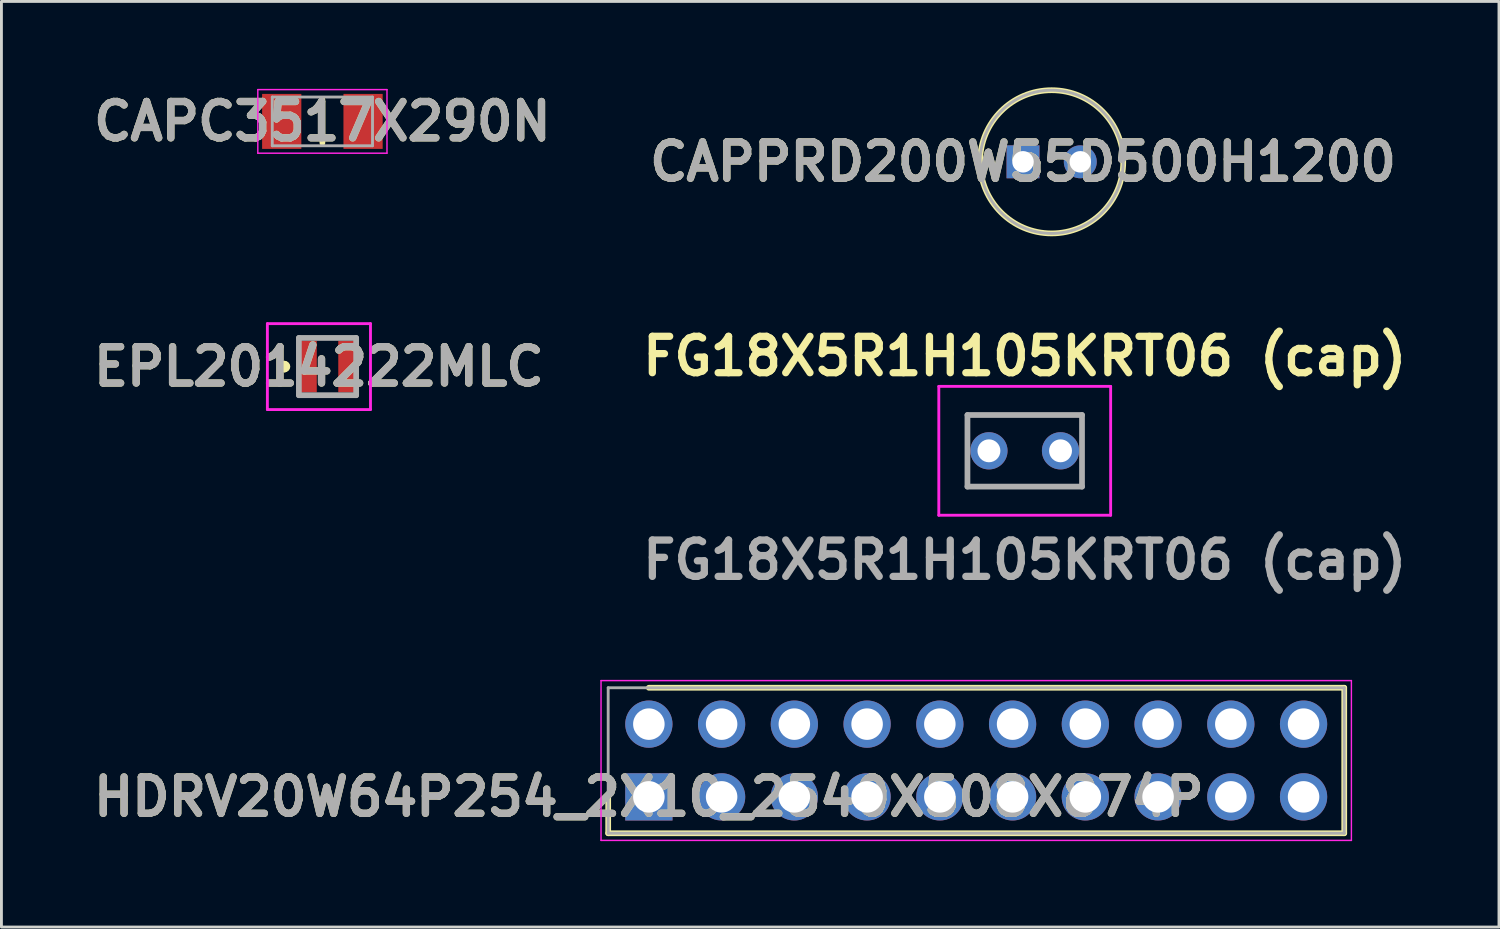
<source format=kicad_pcb>
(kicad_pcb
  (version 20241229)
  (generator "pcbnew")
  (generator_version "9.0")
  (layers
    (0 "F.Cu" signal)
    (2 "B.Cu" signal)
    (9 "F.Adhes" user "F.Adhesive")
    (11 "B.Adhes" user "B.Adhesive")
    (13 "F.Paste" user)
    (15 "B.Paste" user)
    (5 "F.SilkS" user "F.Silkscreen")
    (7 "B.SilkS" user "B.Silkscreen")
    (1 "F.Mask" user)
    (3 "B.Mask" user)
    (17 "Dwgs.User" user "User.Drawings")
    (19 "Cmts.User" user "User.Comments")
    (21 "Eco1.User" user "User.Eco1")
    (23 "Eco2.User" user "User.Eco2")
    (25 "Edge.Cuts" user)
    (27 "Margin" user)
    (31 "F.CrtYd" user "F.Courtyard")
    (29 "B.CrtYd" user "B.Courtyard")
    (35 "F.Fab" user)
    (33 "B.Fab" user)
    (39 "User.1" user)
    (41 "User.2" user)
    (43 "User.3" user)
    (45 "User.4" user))
  (footprint "CAPC3517X290N"
    (layer "F.Cu")
    (at 8.207 1.189)
    (property "Reference" "CAPC3517X290N" (at 0 0 0) (layer "F.SilkS") (effects (font (size 1.27 1.27) (thickness 0.254))))
    (attr smd)
    (fp_line (start 0 -0.75) (end 0 0.75) (stroke (width 0.2) (type solid)) (layer "F.SilkS"))
    (fp_line (start -2.255 -1.11) (end 2.255 -1.11) (stroke (width 0.05) (type solid)) (layer "F.CrtYd"))
    (fp_line (start -2.255 1.11) (end -2.255 -1.11) (stroke (width 0.05) (type solid)) (layer "F.CrtYd"))
    (fp_line (start 2.255 -1.11) (end 2.255 1.11) (stroke (width 0.05) (type solid)) (layer "F.CrtYd"))
    (fp_line (start 2.255 1.11) (end -2.255 1.11) (stroke (width 0.05) (type solid)) (layer "F.CrtYd"))
    (fp_line (start -1.75 -0.85) (end 1.75 -0.85) (stroke (width 0.1) (type solid)) (layer "F.Fab"))
    (fp_line (start -1.75 0.85) (end -1.75 -0.85) (stroke (width 0.1) (type solid)) (layer "F.Fab"))
    (fp_line (start 1.75 -0.85) (end 1.75 0.85) (stroke (width 0.1) (type solid)) (layer "F.Fab"))
    (fp_line (start 1.75 0.85) (end -1.75 0.85) (stroke (width 0.1) (type solid)) (layer "F.Fab"))
    (fp_text user "${REFERENCE}" (at 0 0 0) (layer "F.Fab") (effects (font (size 1.27 1.27) (thickness 0.254))))
    (pad "1" smd rect (at -1.42 0) (size 1.37 1.92) (layers "F.Cu" "F.Mask" "F.Paste"))
    (pad "2" smd rect (at 1.42 0) (size 1.37 1.92) (layers "F.Cu" "F.Mask" "F.Paste")))
  (footprint "EPL2014222MLC"
    (layer "F.Cu")
    (at 8.386 9.75)
    (property "Reference" "EPL2014222MLC" (at -0.3 0 0) (layer "F.SilkS") (effects (font (size 1.27 1.27) (thickness 0.254))))
    (attr smd)
    (fp_line (start -1.5 -0.1) (end -1.5 -0.1) (stroke (width 0.2) (type solid)) (layer "F.SilkS"))
    (fp_line (start -1.5 0.1) (end -1.5 0.1) (stroke (width 0.2) (type solid)) (layer "F.SilkS"))
    (fp_line (start -0.2 -1) (end 0.2 -1) (stroke (width 0.1) (type solid)) (layer "F.SilkS"))
    (fp_line (start -0.2 1) (end 0.2 1) (stroke (width 0.1) (type solid)) (layer "F.SilkS"))
    (fp_arc (start -1.5 -0.1) (mid -1.4 0) (end -1.5 0.1) (stroke (width 0.2) (type solid)) (layer "F.SilkS"))
    (fp_arc (start -1.5 0.1) (mid -1.6 0) (end -1.5 -0.1) (stroke (width 0.2) (type solid)) (layer "F.SilkS"))
    (fp_line (start -2.1 -1.5) (end 1.5 -1.5) (stroke (width 0.1) (type solid)) (layer "F.CrtYd"))
    (fp_line (start -2.1 1.5) (end -2.1 -1.5) (stroke (width 0.1) (type solid)) (layer "F.CrtYd"))
    (fp_line (start 1.5 -1.5) (end 1.5 1.5) (stroke (width 0.1) (type solid)) (layer "F.CrtYd"))
    (fp_line (start 1.5 1.5) (end -2.1 1.5) (stroke (width 0.1) (type solid)) (layer "F.CrtYd"))
    (fp_line (start -1 -1) (end 1 -1) (stroke (width 0.2) (type solid)) (layer "F.Fab"))
    (fp_line (start -1 1) (end -1 -1) (stroke (width 0.2) (type solid)) (layer "F.Fab"))
    (fp_line (start 1 -1) (end 1 1) (stroke (width 0.2) (type solid)) (layer "F.Fab"))
    (fp_line (start 1 1) (end -1 1) (stroke (width 0.2) (type solid)) (layer "F.Fab"))
    (fp_text user "${REFERENCE}" (at -0.3 0 0) (layer "F.Fab") (effects (font (size 1.27 1.27) (thickness 0.254))))
    (pad "1" smd rect (at -0.675 0) (size 0.6 1.8) (layers "F.Cu" "F.Mask" "F.Paste"))
    (pad "2" smd rect (at 0.675 0) (size 0.6 1.8) (layers "F.Cu" "F.Mask" "F.Paste")))
  (footprint "HDRV20W64P254_2X10_2540X508X874P"
    (layer "F.Cu")
    (at 19.606 24.774)
    (property "Reference" "HDRV20W64P254_2X10_2540X508X874P" (at 0 0 0) (layer "F.SilkS") (effects (font (size 1.27 1.27) (thickness 0.254))))
    (attr through_hole)
    (fp_line (start -1.42 0) (end -1.42 1.27) (stroke (width 0.2) (type solid)) (layer "F.SilkS"))
    (fp_line (start -1.42 1.27) (end 24.28 1.27) (stroke (width 0.2) (type solid)) (layer "F.SilkS"))
    (fp_line (start 24.28 -3.81) (end 0 -3.81) (stroke (width 0.2) (type solid)) (layer "F.SilkS"))
    (fp_line (start 24.28 1.27) (end 24.28 -3.81) (stroke (width 0.2) (type solid)) (layer "F.SilkS"))
    (fp_line (start -1.67 -4.06) (end 24.53 -4.06) (stroke (width 0.05) (type solid)) (layer "F.CrtYd"))
    (fp_line (start -1.67 1.52) (end -1.67 -4.06) (stroke (width 0.05) (type solid)) (layer "F.CrtYd"))
    (fp_line (start 24.53 -4.06) (end 24.53 1.52) (stroke (width 0.05) (type solid)) (layer "F.CrtYd"))
    (fp_line (start 24.53 1.52) (end -1.67 1.52) (stroke (width 0.05) (type solid)) (layer "F.CrtYd"))
    (fp_line (start -1.42 -3.81) (end 24.28 -3.81) (stroke (width 0.1) (type solid)) (layer "F.Fab"))
    (fp_line (start -1.42 1.27) (end -1.42 -3.81) (stroke (width 0.1) (type solid)) (layer "F.Fab"))
    (fp_line (start 24.28 -3.81) (end 24.28 1.27) (stroke (width 0.1) (type solid)) (layer "F.Fab"))
    (fp_line (start 24.28 1.27) (end -1.42 1.27) (stroke (width 0.1) (type solid)) (layer "F.Fab"))
    (fp_text user "${REFERENCE}" (at 0 0 0) (layer "F.Fab") (effects (font (size 1.27 1.27) (thickness 0.254))))
    (pad "1" thru_hole rect (at 0 0) (size 1.65 1.65) (drill 1.1) (layers "*.Cu" "*.Mask"))
    (pad "2" thru_hole circle (at 0 -2.54) (size 1.65 1.65) (drill 1.1) (layers "*.Cu" "*.Mask"))
    (pad "3" thru_hole circle (at 2.54 0) (size 1.65 1.65) (drill 1.1) (layers "*.Cu" "*.Mask"))
    (pad "4" thru_hole circle (at 2.54 -2.54) (size 1.65 1.65) (drill 1.1) (layers "*.Cu" "*.Mask"))
    (pad "5" thru_hole circle (at 5.08 0) (size 1.65 1.65) (drill 1.1) (layers "*.Cu" "*.Mask"))
    (pad "6" thru_hole circle (at 5.08 -2.54) (size 1.65 1.65) (drill 1.1) (layers "*.Cu" "*.Mask"))
    (pad "7" thru_hole circle (at 7.62 0) (size 1.65 1.65) (drill 1.1) (layers "*.Cu" "*.Mask"))
    (pad "8" thru_hole circle (at 7.62 -2.54) (size 1.65 1.65) (drill 1.1) (layers "*.Cu" "*.Mask"))
    (pad "9" thru_hole circle (at 10.16 0) (size 1.65 1.65) (drill 1.1) (layers "*.Cu" "*.Mask"))
    (pad "10" thru_hole circle (at 10.16 -2.54) (size 1.65 1.65) (drill 1.1) (layers "*.Cu" "*.Mask"))
    (pad "11" thru_hole circle (at 12.7 0) (size 1.65 1.65) (drill 1.1) (layers "*.Cu" "*.Mask"))
    (pad "12" thru_hole circle (at 12.7 -2.54) (size 1.65 1.65) (drill 1.1) (layers "*.Cu" "*.Mask"))
    (pad "13" thru_hole circle (at 15.24 0) (size 1.65 1.65) (drill 1.1) (layers "*.Cu" "*.Mask"))
    (pad "14" thru_hole circle (at 15.24 -2.54) (size 1.65 1.65) (drill 1.1) (layers "*.Cu" "*.Mask"))
    (pad "15" thru_hole circle (at 17.78 0) (size 1.65 1.65) (drill 1.1) (layers "*.Cu" "*.Mask"))
    (pad "16" thru_hole circle (at 17.78 -2.54) (size 1.65 1.65) (drill 1.1) (layers "*.Cu" "*.Mask"))
    (pad "17" thru_hole circle (at 20.32 0) (size 1.65 1.65) (drill 1.1) (layers "*.Cu" "*.Mask"))
    (pad "18" thru_hole circle (at 20.32 -2.54) (size 1.65 1.65) (drill 1.1) (layers "*.Cu" "*.Mask"))
    (pad "19" thru_hole circle (at 22.86 0) (size 1.65 1.65) (drill 1.1) (layers "*.Cu" "*.Mask"))
    (pad "20" thru_hole circle (at 22.86 -2.54) (size 1.65 1.65) (drill 1.1) (layers "*.Cu" "*.Mask")))
  (footprint "CAPPRD200W55D500H1200"
    (layer "F.Cu")
    (at 32.67 2.6)
    (property "Reference" "CAPPRD200W55D500H1200" (at 0 0 0) (layer "F.SilkS") (effects (font (size 1.27 1.27) (thickness 0.254))))
    (attr through_hole)
    (fp_circle (center 1 0) (end 1 2.5) (stroke (width 0.2) (type solid)) (fill no) (layer "F.SilkS"))
    (fp_circle (center 1 0) (end 1 2.5) (stroke (width 0.1) (type solid)) (fill no) (layer "F.Fab"))
    (fp_text user "${REFERENCE}" (at 0 0 0) (layer "F.Fab") (effects (font (size 1.27 1.27) (thickness 0.254))))
    (pad "1" thru_hole rect (at 0 0) (size 1.15 1.15) (drill 0.75) (layers "*.Cu" "*.Mask"))
    (pad "2" thru_hole circle (at 2 0) (size 1.15 1.15) (drill 0.75) (layers "*.Cu" "*.Mask")))
  (footprint "FG18X5R1H105KRT06 (cap)"
    (layer "F.Cu")
    (at 32.73 12.691)
    (property "Reference" "FG18X5R1H105KRT06 (cap)" (at 0 -3.302 0) (layer "F.SilkS") (effects (font (size 1.27 1.27) (thickness 0.254))))
    (attr through_hole)
    (fp_line (start -2 -1.25) (end 2 -1.25) (stroke (width 0.1) (type solid)) (layer "F.SilkS"))
    (fp_line (start -2 1.25) (end -2 -1.25) (stroke (width 0.1) (type solid)) (layer "F.SilkS"))
    (fp_line (start 2 -1.25) (end 2 1.25) (stroke (width 0.1) (type solid)) (layer "F.SilkS"))
    (fp_line (start 2 1.25) (end -2 1.25) (stroke (width 0.1) (type solid)) (layer "F.SilkS"))
    (fp_line (start -3 -2.25) (end 3 -2.25) (stroke (width 0.1) (type solid)) (layer "F.CrtYd"))
    (fp_line (start -3 2.25) (end -3 -2.25) (stroke (width 0.1) (type solid)) (layer "F.CrtYd"))
    (fp_line (start 3 -2.25) (end 3 2.25) (stroke (width 0.1) (type solid)) (layer "F.CrtYd"))
    (fp_line (start 3 2.25) (end -3 2.25) (stroke (width 0.1) (type solid)) (layer "F.CrtYd"))
    (fp_line (start -2 -1.25) (end 2 -1.25) (stroke (width 0.2) (type solid)) (layer "F.Fab"))
    (fp_line (start -2 1.25) (end -2 -1.25) (stroke (width 0.2) (type solid)) (layer "F.Fab"))
    (fp_line (start 2 -1.25) (end 2 1.25) (stroke (width 0.2) (type solid)) (layer "F.Fab"))
    (fp_line (start 2 1.25) (end -2 1.25) (stroke (width 0.2) (type solid)) (layer "F.Fab"))
    (fp_text user "${REFERENCE}" (at 0 3.81 0) (layer "F.Fab") (effects (font (size 1.27 1.27) (thickness 0.254))))
    (pad "1" thru_hole circle (at -1.25 0) (size 1.3 1.3) (drill 0.8) (layers "*.Cu" "*.Mask"))
    (pad "2" thru_hole circle (at 1.25 0) (size 1.3 1.3) (drill 0.8) (layers "*.Cu" "*.Mask")))
  (gr_rect
    (start -3 -3)
    (end 49.289 29.319)
    (stroke (width 0.1) (type default))
    (fill no)
    (layer "Edge.Cuts")))
</source>
